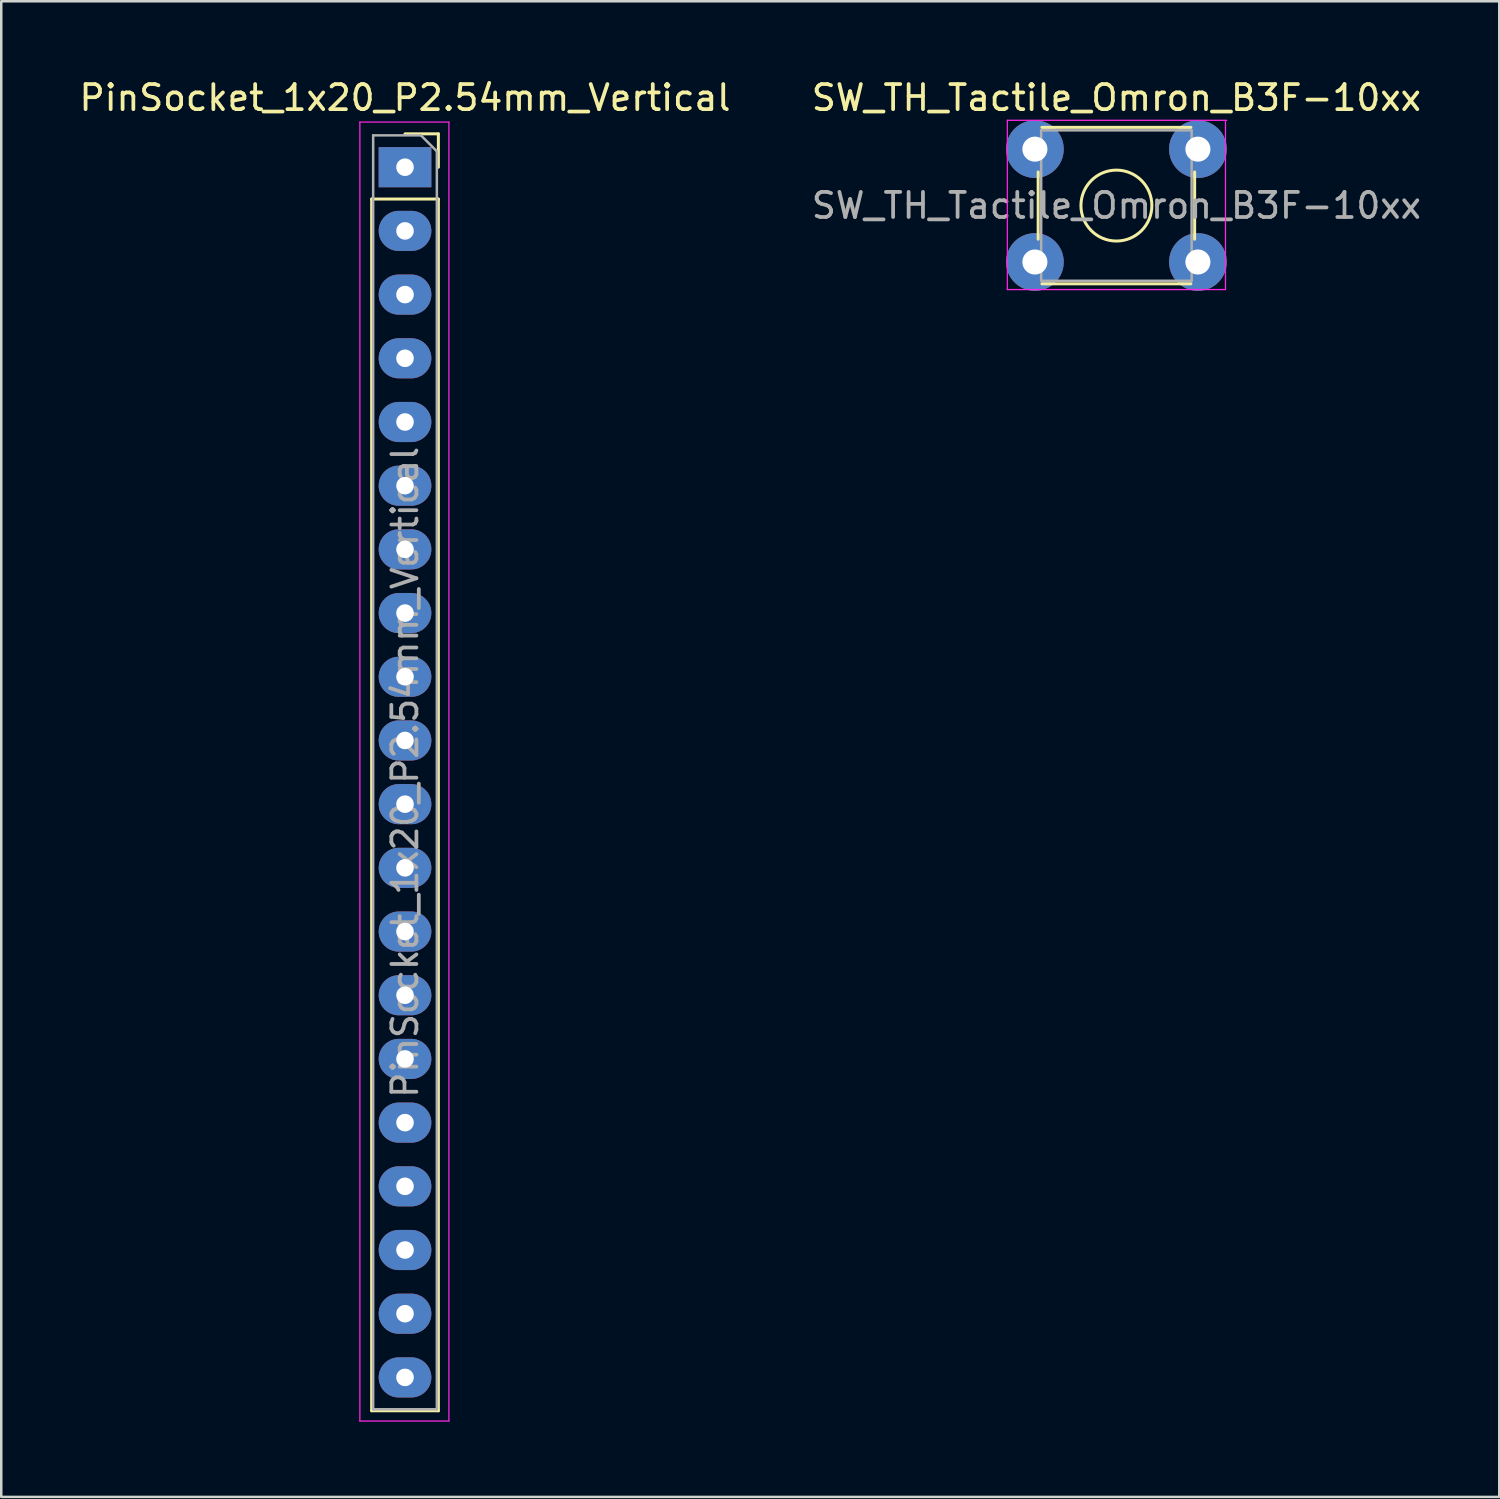
<source format=kicad_pcb>
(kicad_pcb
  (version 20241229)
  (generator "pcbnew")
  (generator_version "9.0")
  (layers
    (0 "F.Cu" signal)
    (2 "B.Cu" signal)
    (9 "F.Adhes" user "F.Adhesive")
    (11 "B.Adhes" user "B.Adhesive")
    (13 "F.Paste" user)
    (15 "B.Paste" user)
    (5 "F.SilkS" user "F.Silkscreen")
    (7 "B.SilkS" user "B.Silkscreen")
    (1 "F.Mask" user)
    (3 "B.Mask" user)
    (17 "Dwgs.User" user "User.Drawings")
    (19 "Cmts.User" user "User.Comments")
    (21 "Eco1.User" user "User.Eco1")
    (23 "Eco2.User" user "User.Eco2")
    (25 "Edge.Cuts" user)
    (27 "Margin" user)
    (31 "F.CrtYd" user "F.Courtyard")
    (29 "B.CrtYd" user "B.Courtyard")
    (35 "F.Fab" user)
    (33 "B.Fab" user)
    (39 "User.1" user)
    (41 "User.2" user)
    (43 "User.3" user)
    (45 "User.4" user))
  (footprint "SW_TH_Tactile_Omron_B3F-10xx"
    (layer "F.Cu")
    (at 38.22 2.898)
    (property "Reference" "SW_TH_Tactile_Omron_B3F-10xx" (at 3.25 -2.05 0) (layer "F.SilkS") (effects (font (size 1 1) (thickness 0.15))))
    (attr through_hole)
    (fp_line (start 0.13 3.59) (end 0.13 0.91) (stroke (width 0.12) (type solid)) (layer "F.SilkS"))
    (fp_line (start 0.28 -0.87) (end 6.22 -0.87) (stroke (width 0.12) (type solid)) (layer "F.SilkS"))
    (fp_line (start 0.28 5.37) (end 6.22 5.37) (stroke (width 0.12) (type solid)) (layer "F.SilkS"))
    (fp_line (start 6.37 0.91) (end 6.37 3.59) (stroke (width 0.12) (type solid)) (layer "F.SilkS"))
    (fp_circle (center 3.25 2.25) (end 4.25 3.25) (stroke (width 0.12) (type solid)) (fill no) (layer "F.SilkS"))
    (fp_line (start -1.1 -1.15) (end -1.1 5.6) (stroke (width 0.05) (type solid)) (layer "F.CrtYd"))
    (fp_line (start -1.1 5.6) (end 7.6 5.6) (stroke (width 0.05) (type solid)) (layer "F.CrtYd"))
    (fp_line (start 7.6 5.6) (end 7.6 -1.1) (stroke (width 0.05) (type solid)) (layer "F.CrtYd"))
    (fp_line (start 7.65 -1.15) (end -1.1 -1.15) (stroke (width 0.05) (type solid)) (layer "F.CrtYd"))
    (fp_line (start 0.25 -0.75) (end 0.25 5.25) (stroke (width 0.1) (type solid)) (layer "F.Fab"))
    (fp_line (start 0.25 -0.75) (end 6.25 -0.75) (stroke (width 0.1) (type solid)) (layer "F.Fab"))
    (fp_line (start 0.25 5.25) (end 6.25 5.25) (stroke (width 0.1) (type solid)) (layer "F.Fab"))
    (fp_line (start 6.25 -0.75) (end 6.25 5.25) (stroke (width 0.1) (type solid)) (layer "F.Fab"))
    (fp_text user "${REFERENCE}" (at 3.25 2.25 0) (layer "F.Fab") (effects (font (size 1 1) (thickness 0.15))))
    (pad "1" thru_hole circle (at 0 0) (size 2.3 2.3) (drill 1) (layers "*.Cu" "*.Mask"))
    (pad "2" thru_hole circle (at 6.5 0) (size 2.3 2.3) (drill 1) (layers "*.Cu" "*.Mask"))
    (pad "3" thru_hole circle (at 0 4.5) (size 2.3 2.3) (drill 1) (layers "*.Cu" "*.Mask"))
    (pad "4" thru_hole circle (at 6.5 4.5) (size 2.3 2.3) (drill 1) (layers "*.Cu" "*.Mask")))
  (footprint "PinSocket_1x20_P2.54mm_Vertical"
    (layer "F.Cu")
    (at 13.101 3.618)
    (property "Reference" "PinSocket_1x20_P2.54mm_Vertical" (at 0 -2.77 0) (layer "F.SilkS") (effects (font (size 1 1) (thickness 0.15))))
    (attr through_hole)
    (fp_line (start -1.33 1.27) (end -1.33 49.59) (stroke (width 0.12) (type solid)) (layer "F.SilkS"))
    (fp_line (start -1.33 1.27) (end 1.33 1.27) (stroke (width 0.12) (type solid)) (layer "F.SilkS"))
    (fp_line (start -1.33 49.59) (end 1.33 49.59) (stroke (width 0.12) (type solid)) (layer "F.SilkS"))
    (fp_line (start 0 -1.33) (end 1.33 -1.33) (stroke (width 0.12) (type solid)) (layer "F.SilkS"))
    (fp_line (start 1.33 -1.33) (end 1.33 0) (stroke (width 0.12) (type solid)) (layer "F.SilkS"))
    (fp_line (start 1.33 1.27) (end 1.33 49.59) (stroke (width 0.12) (type solid)) (layer "F.SilkS"))
    (fp_line (start -1.8 -1.8) (end 1.75 -1.8) (stroke (width 0.05) (type solid)) (layer "F.CrtYd"))
    (fp_line (start -1.8 50) (end -1.8 -1.8) (stroke (width 0.05) (type solid)) (layer "F.CrtYd"))
    (fp_line (start 1.75 -1.8) (end 1.75 50) (stroke (width 0.05) (type solid)) (layer "F.CrtYd"))
    (fp_line (start 1.75 50) (end -1.8 50) (stroke (width 0.05) (type solid)) (layer "F.CrtYd"))
    (fp_line (start -1.27 -1.27) (end 0.635 -1.27) (stroke (width 0.1) (type solid)) (layer "F.Fab"))
    (fp_line (start -1.27 49.53) (end -1.27 -1.27) (stroke (width 0.1) (type solid)) (layer "F.Fab"))
    (fp_line (start 0.635 -1.27) (end 1.27 -0.635) (stroke (width 0.1) (type solid)) (layer "F.Fab"))
    (fp_line (start 1.27 -0.635) (end 1.27 49.53) (stroke (width 0.1) (type solid)) (layer "F.Fab"))
    (fp_line (start 1.27 49.53) (end -1.27 49.53) (stroke (width 0.1) (type solid)) (layer "F.Fab"))
    (fp_text user "${REFERENCE}" (at 0 24.13 90) (layer "F.Fab") (effects (font (size 1 1) (thickness 0.15))))
    (pad "1" thru_hole rect (at 0 0) (size 2.1 1.6) (drill 0.7) (layers "*.Cu" "*.Mask"))
    (pad "2" thru_hole oval (at 0 2.54) (size 2.1 1.6) (drill 0.7) (layers "*.Cu" "*.Mask"))
    (pad "3" thru_hole oval (at 0 5.08) (size 2.1 1.6) (drill 0.7) (layers "*.Cu" "*.Mask"))
    (pad "4" thru_hole oval (at 0 7.62) (size 2.1 1.6) (drill 0.7) (layers "*.Cu" "*.Mask"))
    (pad "5" thru_hole oval (at 0 10.16) (size 2.1 1.6) (drill 0.7) (layers "*.Cu" "*.Mask"))
    (pad "6" thru_hole oval (at 0 12.7) (size 2.1 1.6) (drill 0.7) (layers "*.Cu" "*.Mask"))
    (pad "7" thru_hole oval (at 0 15.24) (size 2.1 1.6) (drill 0.7) (layers "*.Cu" "*.Mask"))
    (pad "8" thru_hole oval (at 0 17.78) (size 2.1 1.6) (drill 0.7) (layers "*.Cu" "*.Mask"))
    (pad "9" thru_hole oval (at 0 20.32) (size 2.1 1.6) (drill 0.7) (layers "*.Cu" "*.Mask"))
    (pad "10" thru_hole oval (at 0 22.86) (size 2.1 1.6) (drill 0.7) (layers "*.Cu" "*.Mask"))
    (pad "11" thru_hole oval (at 0 25.4) (size 2.1 1.6) (drill 0.7) (layers "*.Cu" "*.Mask"))
    (pad "12" thru_hole oval (at 0 27.94) (size 2.1 1.6) (drill 0.7) (layers "*.Cu" "*.Mask"))
    (pad "13" thru_hole oval (at 0 30.48) (size 2.1 1.6) (drill 0.7) (layers "*.Cu" "*.Mask"))
    (pad "14" thru_hole oval (at 0 33.02) (size 2.1 1.6) (drill 0.7) (layers "*.Cu" "*.Mask"))
    (pad "15" thru_hole oval (at 0 35.56) (size 2.1 1.6) (drill 0.7) (layers "*.Cu" "*.Mask"))
    (pad "16" thru_hole oval (at 0 38.1) (size 2.1 1.6) (drill 0.7) (layers "*.Cu" "*.Mask"))
    (pad "17" thru_hole oval (at 0 40.64) (size 2.1 1.6) (drill 0.7) (layers "*.Cu" "*.Mask"))
    (pad "18" thru_hole oval (at 0 43.18) (size 2.1 1.6) (drill 0.7) (layers "*.Cu" "*.Mask"))
    (pad "19" thru_hole oval (at 0 45.72) (size 2.1 1.6) (drill 0.7) (layers "*.Cu" "*.Mask"))
    (pad "20" thru_hole oval (at 0 48.26) (size 2.1 1.6) (drill 0.7) (layers "*.Cu" "*.Mask")))
  (gr_rect
    (start -3 -3)
    (end 56.738 56.643)
    (stroke (width 0.1) (type default))
    (fill no)
    (layer "Edge.Cuts")))
</source>
